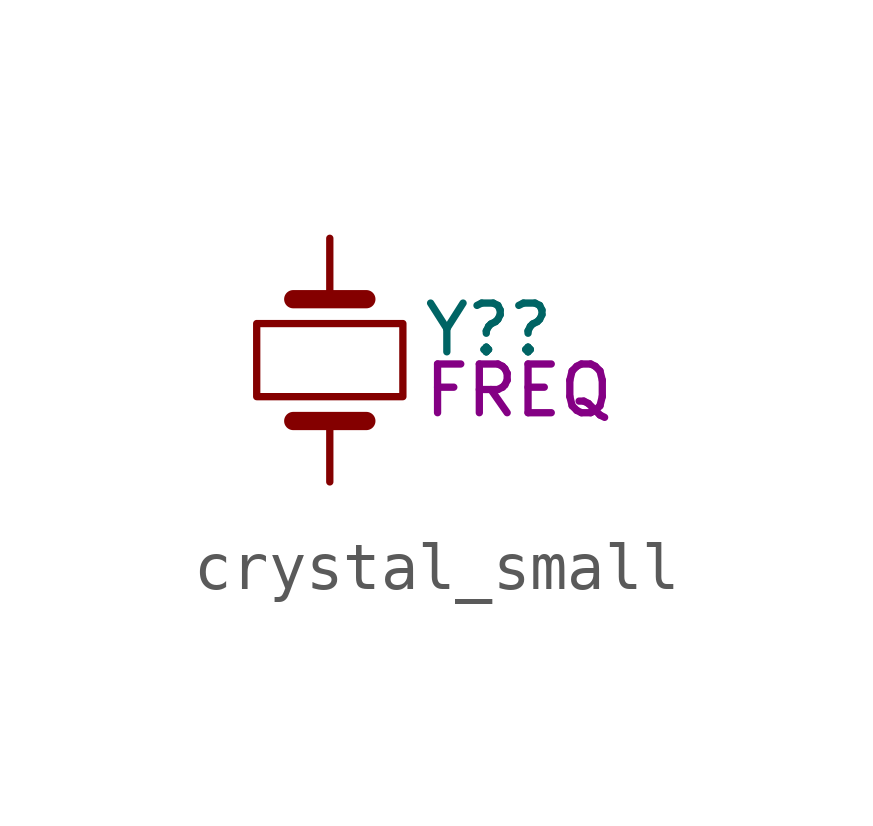
<source format=kicad_sym>
(kicad_symbol_lib
  (version 20220914)
  (generator kicad_symbol_editor)
  (symbol "crystal_small"
    (pin_numbers hide)
    (pin_names hide)
    (property "Reference" "Y?"
      (at 1.905 0.635 0)
      (do_not_autoplace)
      (effects (font (size 1.016 1.016)) (justify left)))
    (property "Value" ""
      (at 0 0 90)
      (effects (font (size 1.27 1.27))))
    (property "Frequency" "FREQ"
      (at 1.905 -0.635 0)
      (do_not_autoplace)
      (effects (font (size 1.016 1.016)) (justify left)))
    (symbol "crystal_small_0_1"
      (rectangle (start -1.524 0.762) (end 1.524 -0.762) (stroke (width 0) (type default)) (fill (type none)))
      (polyline (pts (xy -0.762 -1.27) (xy 0.762 -1.27)) (stroke (width 0.381) (type default)) (fill (type none)))
      (polyline (pts (xy -0.762 1.27) (xy 0.762 1.27)) (stroke (width 0.381) (type default)) (fill (type none))))
    (symbol "crystal_small_1_1"
      (pin passive line (at 0 2.54 270) (length 1.27) (name "1" (effects (font (size 1.27 1.27)))) (number "1" (effects (font (size 1.27 1.27)))))
      (pin passive line (at 0 -2.54 90) (length 1.27) (name "2" (effects (font (size 1.27 1.27)))) (number "2" (effects (font (size 1.27 1.27))))))))
</source>
